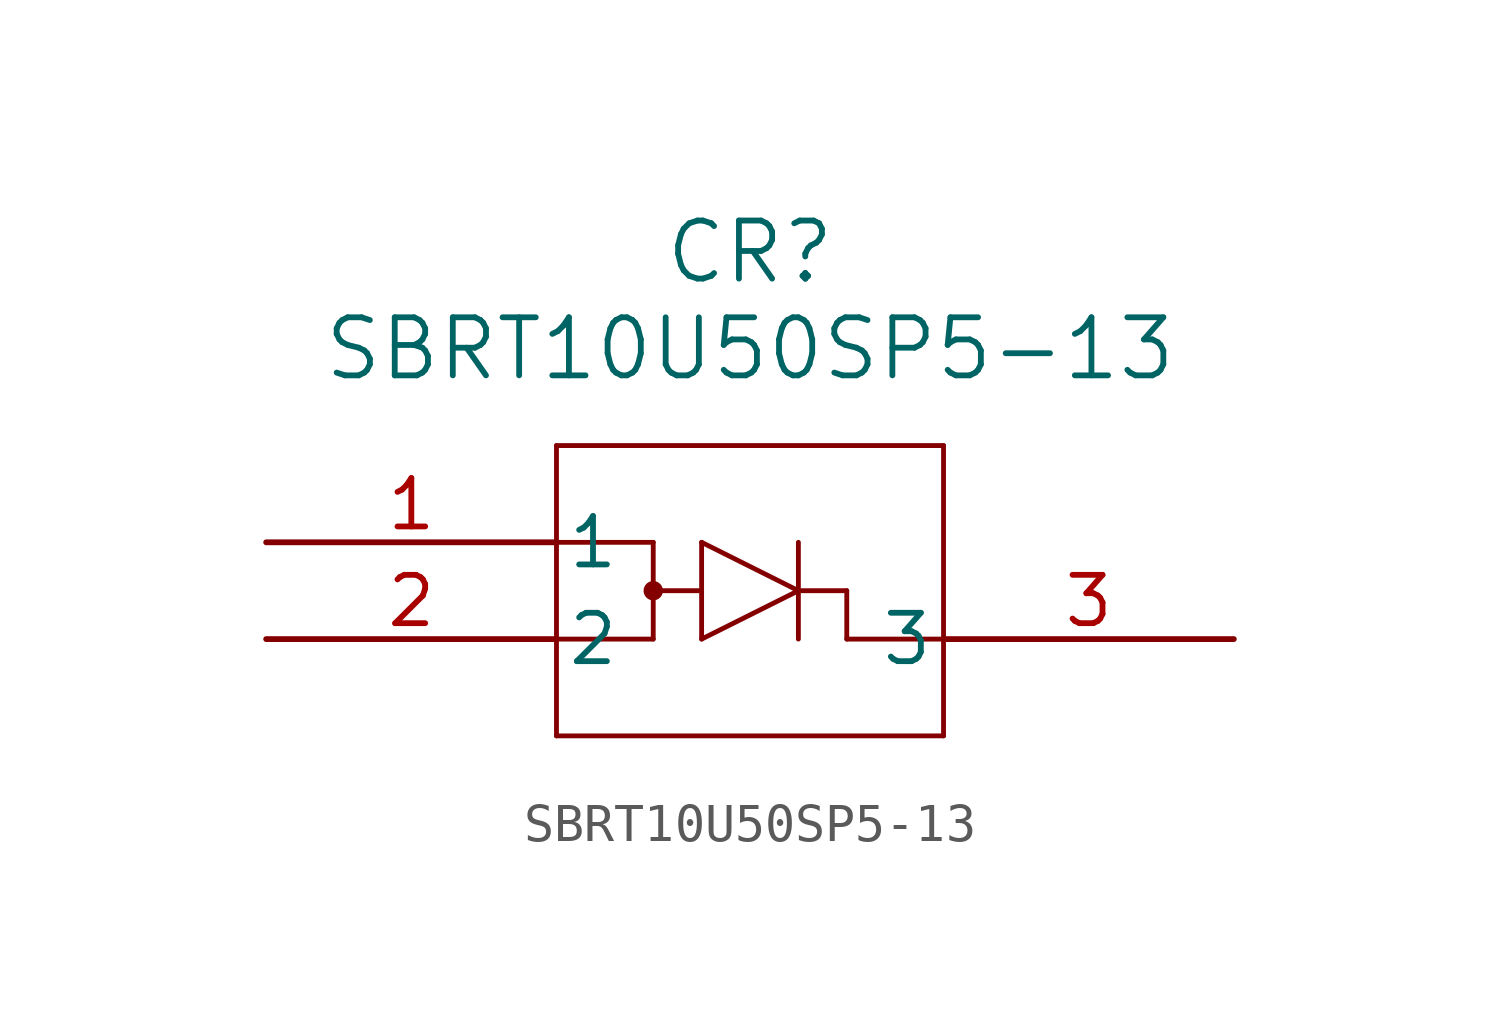
<source format=kicad_sym>
(kicad_symbol_lib
  (version 20211014)
  (generator kicad_symbol_editor)
  (symbol "SBRT10U50SP5-13"
    (pin_names
      (offset 0.254))
    (property "Reference" "CR"
      (at 12.7 7.62 0)
      (effects (font (size 1.524 1.524))))
    (property "Value" "SBRT10U50SP5-13"
      (at 12.7 5.08 0)
      (effects (font (size 1.524 1.524))))
    (symbol "SBRT10U50SP5-13_0_1"
      (polyline (pts (xy 7.62 2.54) (xy 7.62 -5.08)) (stroke (width 0.127) (type default) (color 0 0 0 0)) (fill (type none)))
      (polyline (pts (xy 7.62 -5.08) (xy 17.78 -5.08)) (stroke (width 0.127) (type default) (color 0 0 0 0)) (fill (type none)))
      (polyline (pts (xy 17.78 -5.08) (xy 17.78 2.54)) (stroke (width 0.127) (type default) (color 0 0 0 0)) (fill (type none)))
      (polyline (pts (xy 17.78 2.54) (xy 7.62 2.54)) (stroke (width 0.127) (type default) (color 0 0 0 0)) (fill (type none)))
      (polyline (pts (xy 7.62 0) (xy 10.16 0)) (stroke (width 0.127) (type default) (color 0 0 0 0)) (fill (type none)))
      (polyline (pts (xy 10.16 0) (xy 10.16 -2.54)) (stroke (width 0.127) (type default) (color 0 0 0 0)) (fill (type none)))
      (polyline (pts (xy 10.16 -2.54) (xy 7.62 -2.54)) (stroke (width 0.127) (type default) (color 0 0 0 0)) (fill (type none)))
      (polyline (pts (xy 10.16 -1.27) (xy 11.43 -1.27)) (stroke (width 0.127) (type default) (color 0 0 0 0)) (fill (type none)))
      (polyline (pts (xy 11.43 0) (xy 11.43 -2.54)) (stroke (width 0.127) (type default) (color 0 0 0 0)) (fill (type none)))
      (polyline (pts (xy 11.43 -2.54) (xy 13.97 -1.27)) (stroke (width 0.127) (type default) (color 0 0 0 0)) (fill (type none)))
      (polyline (pts (xy 13.97 -1.27) (xy 11.43 0)) (stroke (width 0.127) (type default) (color 0 0 0 0)) (fill (type none)))
      (polyline (pts (xy 13.97 0) (xy 13.97 -2.54)) (stroke (width 0.127) (type default) (color 0 0 0 0)) (fill (type none)))
      (polyline (pts (xy 13.97 -1.27) (xy 15.24 -1.27)) (stroke (width 0.127) (type default) (color 0 0 0 0)) (fill (type none)))
      (polyline (pts (xy 15.24 -1.27) (xy 15.24 -2.54)) (stroke (width 0.127) (type default) (color 0 0 0 0)) (fill (type none)))
      (polyline (pts (xy 15.24 -2.54) (xy 17.78 -2.54)) (stroke (width 0.127) (type default) (color 0 0 0 0)) (fill (type none)))
      (circle (center 10.16 -1.27) (radius 0.127) (stroke (width 0.254) (type default) (color 0 0 0 0)) (fill (type none)))
      (pin unspecified line (at 0 0 0) (length 7.62) (name "1" (effects (font (size 1.27 1.27)))) (number "1" (effects (font (size 1.27 1.27)))))
      (pin unspecified line (at 0 -2.54 0) (length 7.62) (name "2" (effects (font (size 1.27 1.27)))) (number "2" (effects (font (size 1.27 1.27)))))
      (pin unspecified line (at 25.4 -2.54 180) (length 7.62) (name "3" (effects (font (size 1.27 1.27)))) (number "3" (effects (font (size 1.27 1.27))))))))
</source>
